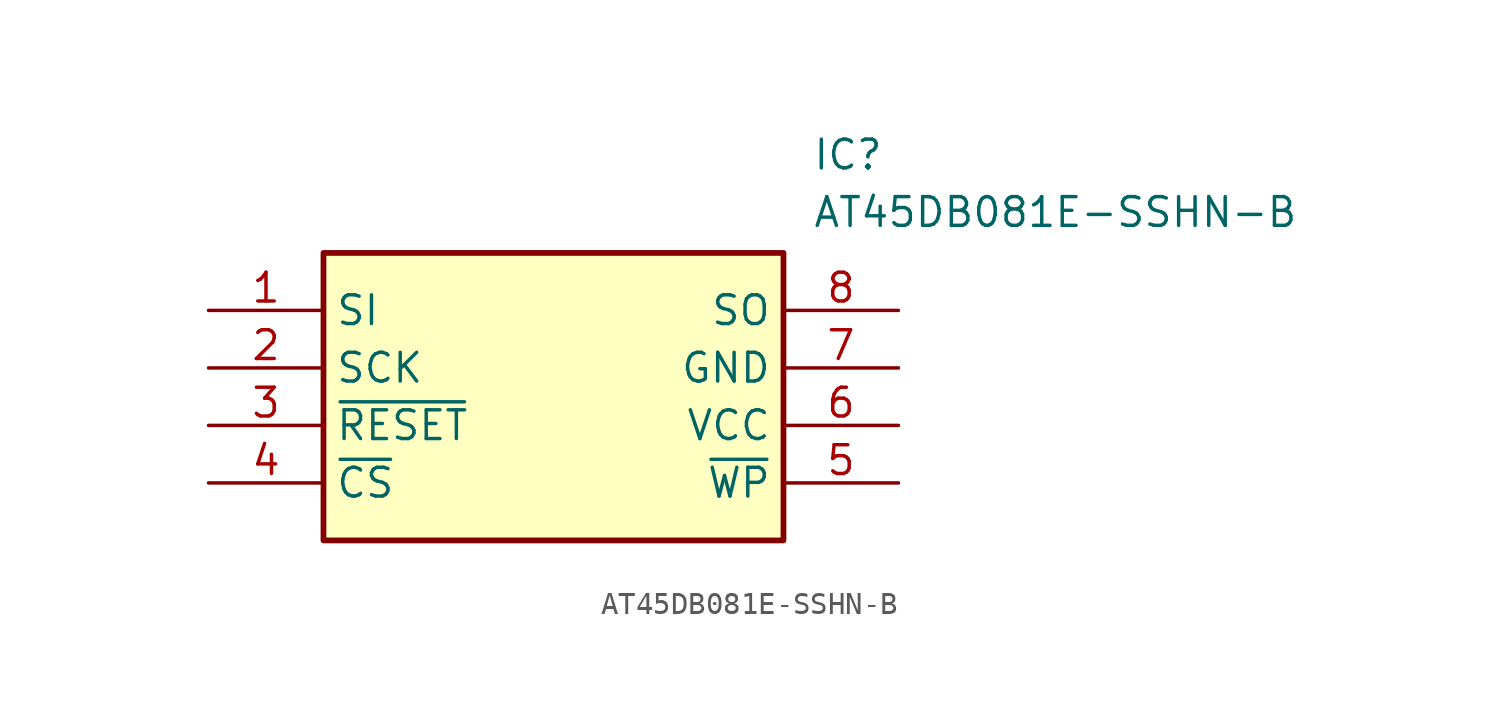
<source format=kicad_sym>
(kicad_symbol_lib
  (version 20211014)
  (generator SamacSys_ECAD_Model)
  (symbol "AT45DB081E-SSHN-B"
    (property "Reference" "IC"
      (at 26.67 7.62 0)
      (effects (font (size 1.27 1.27)) (justify left top)))
    (property "Value" "AT45DB081E-SSHN-B"
      (at 26.67 5.08 0)
      (effects (font (size 1.27 1.27)) (justify left top)))
    (rectangle
      (start 5.08 2.54)
      (end 25.4 -10.16)
      (stroke (width 0.254) (type default))
      (fill (type background)))
    (pin passive line
      (at 0 0 0)
      (length 5.08)
      (name "SI" (effects (font (size 1.27 1.27))))
      (number "1" (effects (font (size 1.27 1.27)))))
    (pin passive line
      (at 0 -2.54 0)
      (length 5.08)
      (name "SCK" (effects (font (size 1.27 1.27))))
      (number "2" (effects (font (size 1.27 1.27)))))
    (pin passive line
      (at 0 -5.08 0)
      (length 5.08)
      (name "~{RESET}" (effects (font (size 1.27 1.27))))
      (number "3" (effects (font (size 1.27 1.27)))))
    (pin passive line
      (at 0 -7.62 0)
      (length 5.08)
      (name "~{CS}" (effects (font (size 1.27 1.27))))
      (number "4" (effects (font (size 1.27 1.27)))))
    (pin passive line
      (at 30.48 0 180)
      (length 5.08)
      (name "SO" (effects (font (size 1.27 1.27))))
      (number "8" (effects (font (size 1.27 1.27)))))
    (pin passive line
      (at 30.48 -2.54 180)
      (length 5.08)
      (name "GND" (effects (font (size 1.27 1.27))))
      (number "7" (effects (font (size 1.27 1.27)))))
    (pin passive line
      (at 30.48 -5.08 180)
      (length 5.08)
      (name "VCC" (effects (font (size 1.27 1.27))))
      (number "6" (effects (font (size 1.27 1.27)))))
    (pin passive line
      (at 30.48 -7.62 180)
      (length 5.08)
      (name "~{WP}" (effects (font (size 1.27 1.27))))
      (number "5" (effects (font (size 1.27 1.27)))))))
</source>
